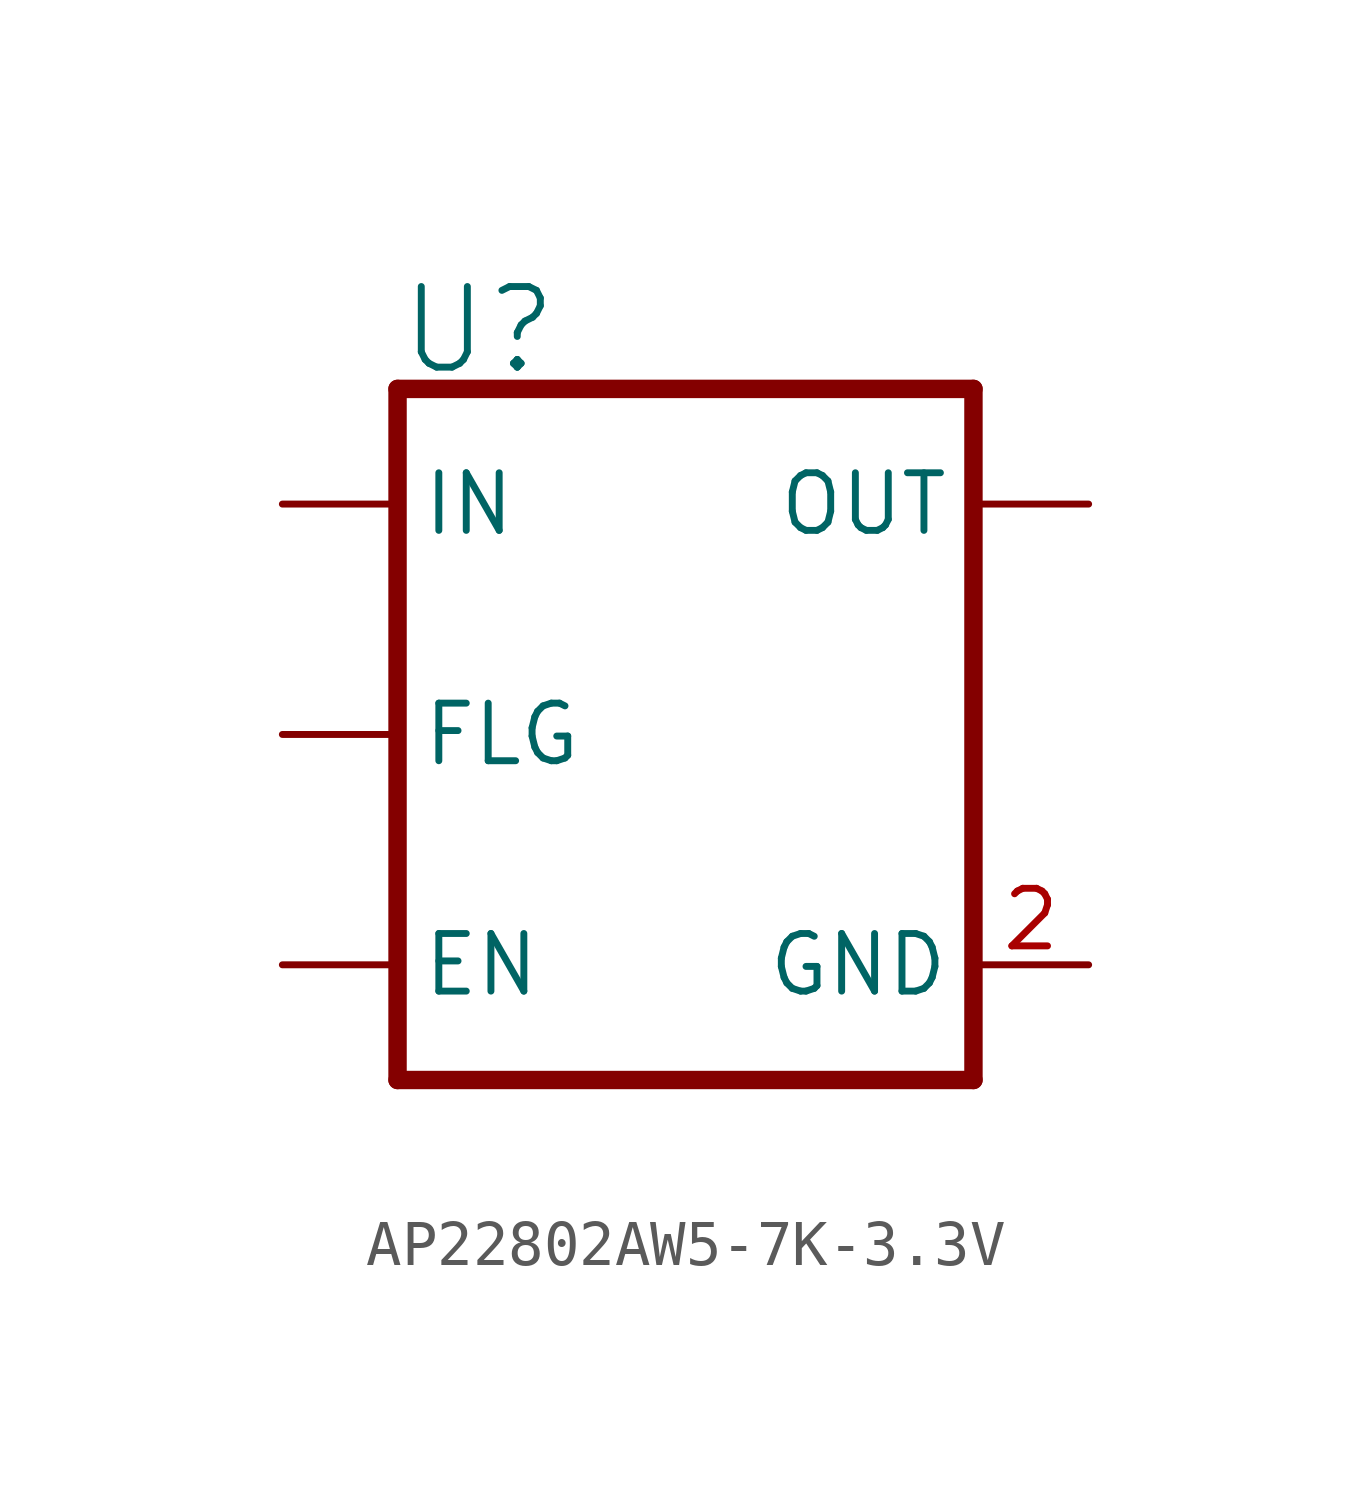
<source format=kicad_sym>
(kicad_symbol_lib
  (version 20231120)
  (generator "kicad_symbol_editor")
  (generator_version "8.0")
  (symbol "AP22802AW5-7K-3.3V"
    (property "Reference" "U"
      (at -7.62 7.874 0)
      (effects (font (size 1.778 1.778)) (justify left bottom)))
    (property "Value" ""
      (at -7.62 -7.874 0)
      (effects (font (size 1.778 1.778)) (justify left top)))
    (property "ki_locked" ""
      (at 0 0 0)
      (effects (font (size 1.27 1.27))))
    (symbol "AP22802AW5-7K-3.3V_1_0"
      (polyline (pts (xy -7.62 -7.62) (xy 5.08 -7.62)) (stroke (width 0.406) (type solid)) (fill (type none)))
      (polyline (pts (xy -7.62 7.62) (xy -7.62 -7.62)) (stroke (width 0.406) (type solid)) (fill (type none)))
      (polyline (pts (xy 5.08 -7.62) (xy 5.08 7.62)) (stroke (width 0.406) (type solid)) (fill (type none)))
      (polyline (pts (xy 5.08 7.62) (xy -7.62 7.62)) (stroke (width 0.406) (type solid)) (fill (type none)))
      (pin passive line (at 7.62 5.08 180) (length 2.54) (name "OUT" (effects (font (size 1.27 1.27)))) (number "1" (effects (font (size 0 0)))))
      (pin input line (at 7.62 -5.08 180) (length 2.54) (name "GND" (effects (font (size 1.27 1.27)))) (number "2" (effects (font (size 1.27 1.27)))))
      (pin input line (at -10.16 0 0) (length 2.54) (name "FLG" (effects (font (size 1.27 1.27)))) (number "3" (effects (font (size 0 0)))))
      (pin input line (at -10.16 -5.08 0) (length 2.54) (name "EN" (effects (font (size 1.27 1.27)))) (number "4" (effects (font (size 0 0)))))
      (pin input line (at -10.16 5.08 0) (length 2.54) (name "IN" (effects (font (size 1.27 1.27)))) (number "5" (effects (font (size 0 0))))))))
</source>
